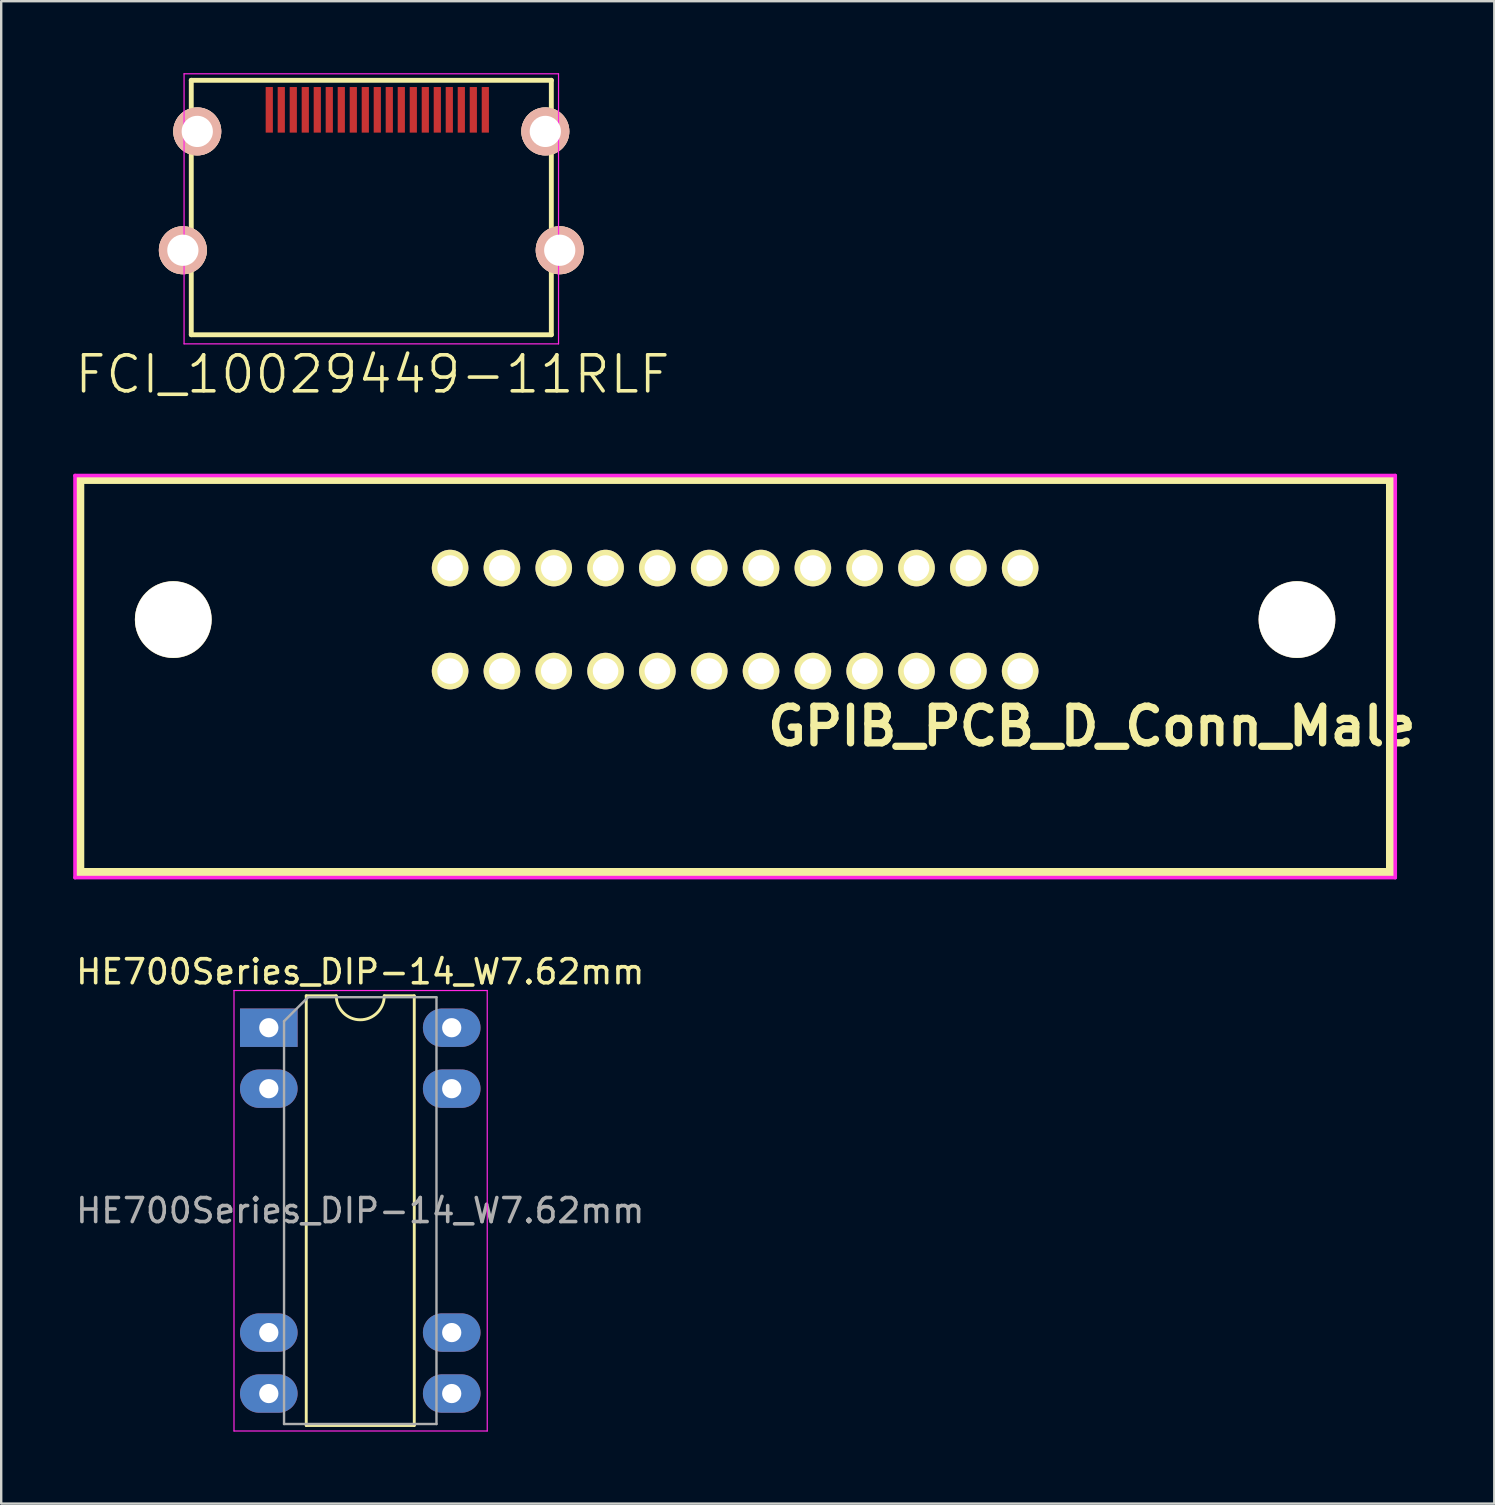
<source format=kicad_pcb>
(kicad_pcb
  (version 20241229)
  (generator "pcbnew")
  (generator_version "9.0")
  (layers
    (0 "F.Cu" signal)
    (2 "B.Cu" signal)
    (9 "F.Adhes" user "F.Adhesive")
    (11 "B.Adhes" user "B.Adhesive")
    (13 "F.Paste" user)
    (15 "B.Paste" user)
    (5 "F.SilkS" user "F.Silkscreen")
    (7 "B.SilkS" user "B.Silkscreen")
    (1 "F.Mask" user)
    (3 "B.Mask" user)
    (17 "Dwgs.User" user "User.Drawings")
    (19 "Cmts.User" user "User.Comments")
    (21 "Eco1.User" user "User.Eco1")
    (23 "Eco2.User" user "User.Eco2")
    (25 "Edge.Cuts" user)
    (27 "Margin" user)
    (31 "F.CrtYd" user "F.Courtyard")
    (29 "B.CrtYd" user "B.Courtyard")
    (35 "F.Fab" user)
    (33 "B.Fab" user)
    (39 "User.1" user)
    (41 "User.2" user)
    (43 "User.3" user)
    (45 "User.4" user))
  (footprint "HE700Series_DIP-14_W7.62mm"
    (layer "F.Cu")
    (at 8.148 39.764)
    (property "Reference" "HE700Series_DIP-14_W7.62mm" (at 3.81 -2.33 0) (layer "F.SilkS") (effects (font (size 1 1) (thickness 0.15))))
    (attr through_hole)
    (fp_line (start 1.56 -1.33) (end 1.56 16.57) (stroke (width 0.12) (type solid)) (layer "F.SilkS"))
    (fp_line (start 1.56 16.57) (end 6.06 16.57) (stroke (width 0.12) (type solid)) (layer "F.SilkS"))
    (fp_line (start 2.81 -1.33) (end 1.56 -1.33) (stroke (width 0.12) (type solid)) (layer "F.SilkS"))
    (fp_line (start 6.06 -1.33) (end 4.81 -1.33) (stroke (width 0.12) (type solid)) (layer "F.SilkS"))
    (fp_line (start 6.06 16.57) (end 6.06 -1.33) (stroke (width 0.12) (type solid)) (layer "F.SilkS"))
    (fp_arc (start 4.81 -1.33) (mid 3.81 -0.33) (end 2.81 -1.33) (stroke (width 0.12) (type solid)) (layer "F.SilkS"))
    (fp_line (start -1.45 -1.55) (end -1.45 16.8) (stroke (width 0.05) (type solid)) (layer "F.CrtYd"))
    (fp_line (start -1.45 16.8) (end 9.1 16.8) (stroke (width 0.05) (type solid)) (layer "F.CrtYd"))
    (fp_line (start 9.1 -1.55) (end -1.45 -1.55) (stroke (width 0.05) (type solid)) (layer "F.CrtYd"))
    (fp_line (start 9.1 16.8) (end 9.1 -1.55) (stroke (width 0.05) (type solid)) (layer "F.CrtYd"))
    (fp_line (start 0.635 -0.27) (end 1.635 -1.27) (stroke (width 0.1) (type solid)) (layer "F.Fab"))
    (fp_line (start 0.635 16.51) (end 0.635 -0.27) (stroke (width 0.1) (type solid)) (layer "F.Fab"))
    (fp_line (start 1.635 -1.27) (end 6.985 -1.27) (stroke (width 0.1) (type solid)) (layer "F.Fab"))
    (fp_line (start 6.985 -1.27) (end 6.985 16.51) (stroke (width 0.1) (type solid)) (layer "F.Fab"))
    (fp_line (start 6.985 16.51) (end 0.635 16.51) (stroke (width 0.1) (type solid)) (layer "F.Fab"))
    (fp_text user "${REFERENCE}" (at 3.81 7.62 0) (layer "F.Fab") (effects (font (size 1 1) (thickness 0.15))))
    (pad "1" thru_hole rect (at 0 0) (size 2.4 1.6) (drill 0.8) (layers "*.Cu" "*.Mask"))
    (pad "2" thru_hole oval (at 0 2.54) (size 2.4 1.6) (drill 0.8) (layers "*.Cu" "*.Mask"))
    (pad "6" thru_hole oval (at 0 12.7) (size 2.4 1.6) (drill 0.8) (layers "*.Cu" "*.Mask"))
    (pad "7" thru_hole oval (at 0 15.24) (size 2.4 1.6) (drill 0.8) (layers "*.Cu" "*.Mask"))
    (pad "8" thru_hole oval (at 7.62 15.24) (size 2.4 1.6) (drill 0.8) (layers "*.Cu" "*.Mask"))
    (pad "9" thru_hole oval (at 7.62 12.7) (size 2.4 1.6) (drill 0.8) (layers "*.Cu" "*.Mask"))
    (pad "13" thru_hole oval (at 7.62 2.54) (size 2.4 1.6) (drill 0.8) (layers "*.Cu" "*.Mask"))
    (pad "14" thru_hole oval (at 7.62 0) (size 2.4 1.6) (drill 0.8) (layers "*.Cu" "*.Mask")))
  (footprint "GPIB_PCB_D_Conn_Male"
    (layer "F.Cu")
    (at 27.575 22.761)
    (property "Reference" "GPIB_PCB_D_Conn_Male" (at 14.859 4.445 0) (layer "F.SilkS") (effects (font (size 1.524 1.524) (thickness 0.305))))
    (attr through_hole)
    (fp_line (start -27.305 -5.842) (end 27.305 -5.842) (stroke (width 0.381) (type solid)) (layer "F.SilkS"))
    (fp_line (start -27.305 10.541) (end -27.305 -5.842) (stroke (width 0.381) (type solid)) (layer "F.SilkS"))
    (fp_line (start -27.305 10.541) (end 27.305 10.541) (stroke (width 0.381) (type solid)) (layer "F.SilkS"))
    (fp_line (start 27.305 -5.842) (end 27.305 10.541) (stroke (width 0.381) (type solid)) (layer "F.SilkS"))
    (fp_line (start -27.5 -6) (end 27.5 -6) (stroke (width 0.15) (type solid)) (layer "F.CrtYd"))
    (fp_line (start -27.5 10.75) (end -27.5 -6) (stroke (width 0.15) (type solid)) (layer "F.CrtYd"))
    (fp_line (start 27.5 -6) (end 27.5 10.75) (stroke (width 0.15) (type solid)) (layer "F.CrtYd"))
    (fp_line (start 27.5 10.75) (end -27.5 10.75) (stroke (width 0.15) (type solid)) (layer "F.CrtYd"))
    (pad "" thru_hole circle (at -23.406 0) (size 3.2 3.2) (drill 3.175) (layers "*.Cu" "*.Mask" "F.SilkS"))
    (pad "" thru_hole circle (at 23.406 0) (size 3.2 3.2) (drill 3.175) (layers "*.Cu" "*.Mask" "F.SilkS"))
    (pad "1" thru_hole circle (at -11.874 -2.146) (size 1.524 1.524) (drill 1.067) (layers "*.Cu" "*.Mask" "F.SilkS"))
    (pad "2" thru_hole circle (at -9.716 -2.146) (size 1.524 1.524) (drill 1.067) (layers "*.Cu" "*.Mask" "F.SilkS"))
    (pad "3" thru_hole circle (at -7.556 -2.146) (size 1.524 1.524) (drill 1.067) (layers "*.Cu" "*.Mask" "F.SilkS"))
    (pad "4" thru_hole circle (at -5.397 -2.146) (size 1.524 1.524) (drill 1.067) (layers "*.Cu" "*.Mask" "F.SilkS"))
    (pad "5" thru_hole circle (at -3.239 -2.146) (size 1.524 1.524) (drill 1.067) (layers "*.Cu" "*.Mask" "F.SilkS"))
    (pad "6" thru_hole circle (at -1.079 -2.146) (size 1.524 1.524) (drill 1.067) (layers "*.Cu" "*.Mask" "F.SilkS"))
    (pad "7" thru_hole circle (at 1.079 -2.146) (size 1.524 1.524) (drill 1.067) (layers "*.Cu" "*.Mask" "F.SilkS"))
    (pad "8" thru_hole circle (at 3.239 -2.146) (size 1.524 1.524) (drill 1.067) (layers "*.Cu" "*.Mask" "F.SilkS"))
    (pad "9" thru_hole circle (at 5.397 -2.146) (size 1.524 1.524) (drill 1.067) (layers "*.Cu" "*.Mask" "F.SilkS"))
    (pad "10" thru_hole circle (at 7.556 -2.146) (size 1.524 1.524) (drill 1.067) (layers "*.Cu" "*.Mask" "F.SilkS"))
    (pad "11" thru_hole circle (at 9.716 -2.146) (size 1.524 1.524) (drill 1.067) (layers "*.Cu" "*.Mask" "F.SilkS"))
    (pad "12" thru_hole circle (at 11.874 -2.146) (size 1.524 1.524) (drill 1.067) (layers "*.Cu" "*.Mask" "F.SilkS"))
    (pad "13" thru_hole circle (at -11.874 2.146) (size 1.524 1.524) (drill 1.067) (layers "*.Cu" "*.Mask" "F.SilkS"))
    (pad "14" thru_hole circle (at -9.716 2.146) (size 1.524 1.524) (drill 1.067) (layers "*.Cu" "*.Mask" "F.SilkS"))
    (pad "15" thru_hole circle (at -7.556 2.146) (size 1.524 1.524) (drill 1.067) (layers "*.Cu" "*.Mask" "F.SilkS"))
    (pad "16" thru_hole circle (at -5.397 2.146) (size 1.524 1.524) (drill 1.067) (layers "*.Cu" "*.Mask" "F.SilkS"))
    (pad "17" thru_hole circle (at -3.239 2.146) (size 1.524 1.524) (drill 1.067) (layers "*.Cu" "*.Mask" "F.SilkS"))
    (pad "18" thru_hole circle (at -1.079 2.146) (size 1.524 1.524) (drill 1.067) (layers "*.Cu" "*.Mask" "F.SilkS"))
    (pad "19" thru_hole circle (at 1.079 2.146) (size 1.524 1.524) (drill 1.067) (layers "*.Cu" "*.Mask" "F.SilkS"))
    (pad "20" thru_hole circle (at 3.239 2.146) (size 1.524 1.524) (drill 1.067) (layers "*.Cu" "*.Mask" "F.SilkS"))
    (pad "21" thru_hole circle (at 5.397 2.146) (size 1.524 1.524) (drill 1.067) (layers "*.Cu" "*.Mask" "F.SilkS"))
    (pad "22" thru_hole circle (at 7.556 2.146) (size 1.524 1.524) (drill 1.067) (layers "*.Cu" "*.Mask" "F.SilkS"))
    (pad "23" thru_hole circle (at 9.716 2.146) (size 1.524 1.524) (drill 1.067) (layers "*.Cu" "*.Mask" "F.SilkS"))
    (pad "24" thru_hole circle (at 11.874 2.146) (size 1.524 1.524) (drill 1.067) (layers "*.Cu" "*.Mask" "F.SilkS")))
  (footprint "FCI_10029449-11RLF"
    (layer "F.Cu")
    (at 12.418 2.425)
    (property "Reference" "FCI_10029449-11RLF" (at 0.05 10.12 0) (layer "F.SilkS") (effects (font (size 1.5 1.5) (thickness 0.15))))
    (attr through_hole)
    (fp_line (start -7.5 -2.13) (end 7.5 -2.13) (stroke (width 0.203) (type solid)) (layer "F.SilkS"))
    (fp_line (start -7.5 8.47) (end -7.5 -2.13) (stroke (width 0.203) (type solid)) (layer "F.SilkS"))
    (fp_line (start 7.5 8.47) (end -7.5 8.47) (stroke (width 0.203) (type solid)) (layer "F.SilkS"))
    (fp_line (start 7.5 8.47) (end 7.5 -2.13) (stroke (width 0.203) (type solid)) (layer "F.SilkS"))
    (fp_line (start -7.8 -2.4) (end 7.8 -2.4) (stroke (width 0.05) (type solid)) (layer "F.CrtYd"))
    (fp_line (start -7.8 8.85) (end -7.8 -2.4) (stroke (width 0.05) (type solid)) (layer "F.CrtYd"))
    (fp_line (start 7.8 -2.4) (end 7.8 8.85) (stroke (width 0.05) (type solid)) (layer "F.CrtYd"))
    (fp_line (start 7.8 8.85) (end -7.8 8.85) (stroke (width 0.05) (type solid)) (layer "F.CrtYd"))
    (pad "1" smd rect (at 4.75 -0.9) (size 0.3 1.9) (layers "F.Cu" "F.Mask" "F.Paste"))
    (pad "2" smd rect (at 4.25 -0.9) (size 0.3 1.9) (layers "F.Cu" "F.Mask" "F.Paste"))
    (pad "3" smd rect (at 3.75 -0.9) (size 0.3 1.9) (layers "F.Cu" "F.Mask" "F.Paste"))
    (pad "4" smd rect (at 3.25 -0.9) (size 0.3 1.9) (layers "F.Cu" "F.Mask" "F.Paste"))
    (pad "5" smd rect (at 2.75 -0.9) (size 0.3 1.9) (layers "F.Cu" "F.Mask" "F.Paste"))
    (pad "6" smd rect (at 2.25 -0.9) (size 0.3 1.9) (layers "F.Cu" "F.Mask" "F.Paste"))
    (pad "7" smd rect (at 1.75 -0.9) (size 0.3 1.9) (layers "F.Cu" "F.Mask" "F.Paste"))
    (pad "8" smd rect (at 1.25 -0.9) (size 0.3 1.9) (layers "F.Cu" "F.Mask" "F.Paste"))
    (pad "9" smd rect (at 0.75 -0.9) (size 0.3 1.9) (layers "F.Cu" "F.Mask" "F.Paste"))
    (pad "10" smd rect (at 0.25 -0.9) (size 0.3 1.9) (layers "F.Cu" "F.Mask" "F.Paste"))
    (pad "11" smd rect (at -0.25 -0.9) (size 0.3 1.9) (layers "F.Cu" "F.Mask" "F.Paste"))
    (pad "12" smd rect (at -0.75 -0.9) (size 0.3 1.9) (layers "F.Cu" "F.Mask" "F.Paste"))
    (pad "13" smd rect (at -1.25 -0.9) (size 0.3 1.9) (layers "F.Cu" "F.Mask" "F.Paste"))
    (pad "14" smd rect (at -1.75 -0.9) (size 0.3 1.9) (layers "F.Cu" "F.Mask" "F.Paste"))
    (pad "15" smd rect (at -2.25 -0.9) (size 0.3 1.9) (layers "F.Cu" "F.Mask" "F.Paste"))
    (pad "16" smd rect (at -2.75 -0.9) (size 0.3 1.9) (layers "F.Cu" "F.Mask" "F.Paste"))
    (pad "17" smd rect (at -3.25 -0.9) (size 0.3 1.9) (layers "F.Cu" "F.Mask" "F.Paste"))
    (pad "18" smd rect (at -3.75 -0.9) (size 0.3 1.9) (layers "F.Cu" "F.Mask" "F.Paste"))
    (pad "19" smd rect (at -4.25 -0.9) (size 0.3 1.9) (layers "F.Cu" "F.Mask" "F.Paste"))
    (pad "20" thru_hole circle (at -7.85 4.95) (size 2 2) (drill 1.3) (layers "*.Cu" "*.SilkS" "*.Mask"))
    (pad "20" thru_hole circle (at -7.25 0) (size 2 2) (drill 1.3) (layers "*.Cu" "*.SilkS" "*.Mask"))
    (pad "20" thru_hole circle (at 7.25 0) (size 2 2) (drill 1.3) (layers "*.Cu" "*.SilkS" "*.Mask"))
    (pad "20" thru_hole circle (at 7.85 4.95) (size 2 2) (drill 1.3) (layers "*.Cu" "*.SilkS" "*.Mask")))
  (gr_rect
    (start -3 -3)
    (end 59.201 59.589)
    (stroke (width 0.1) (type default))
    (fill no)
    (layer "Edge.Cuts")))
</source>
